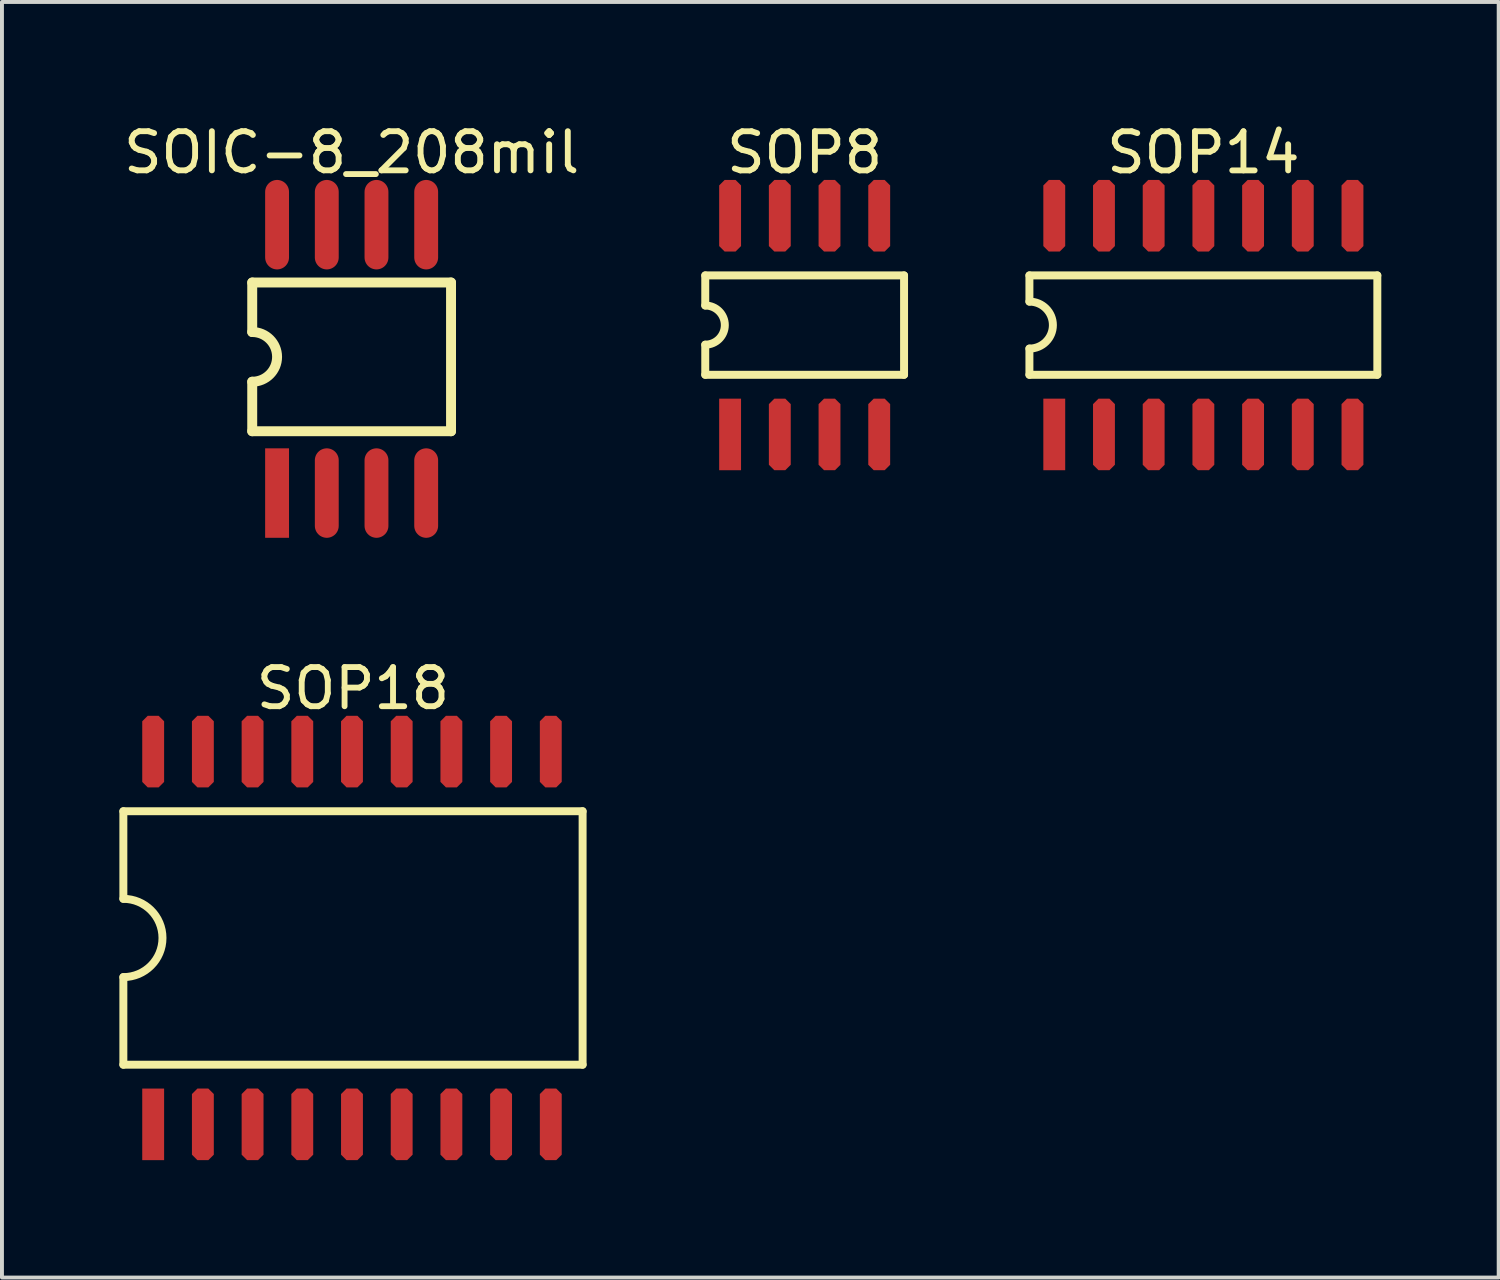
<source format=kicad_pcb>
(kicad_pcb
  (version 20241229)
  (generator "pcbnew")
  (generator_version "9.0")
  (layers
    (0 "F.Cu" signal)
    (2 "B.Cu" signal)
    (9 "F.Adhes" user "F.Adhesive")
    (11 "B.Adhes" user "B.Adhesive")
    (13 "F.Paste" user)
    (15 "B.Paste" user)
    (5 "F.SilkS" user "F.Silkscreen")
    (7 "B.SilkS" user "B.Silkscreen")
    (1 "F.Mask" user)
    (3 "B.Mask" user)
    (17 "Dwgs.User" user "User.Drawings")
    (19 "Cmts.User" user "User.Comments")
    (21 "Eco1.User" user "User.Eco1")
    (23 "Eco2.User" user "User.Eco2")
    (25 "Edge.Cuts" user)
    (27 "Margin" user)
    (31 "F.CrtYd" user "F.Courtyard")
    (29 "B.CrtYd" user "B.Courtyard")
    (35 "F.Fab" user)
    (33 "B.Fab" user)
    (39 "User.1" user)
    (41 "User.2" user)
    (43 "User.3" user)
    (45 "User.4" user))
  (footprint "SOP18"
    (layer "F.Cu")
    (at 0.864 25.68)
    (property "Reference" "SOP18" (at 5.105 -11.139 0) (layer "F.SilkS") (effects (font (size 1 1) (thickness 0.15))))
    (fp_line (start -0.762 -8.001) (end 10.973 -8.001) (stroke (width 0.203) (type solid)) (layer "F.SilkS"))
    (fp_line (start -0.762 -5.763) (end -0.762 -8.001) (stroke (width 0.203) (type solid)) (layer "F.SilkS"))
    (fp_line (start -0.762 -1.524) (end -0.762 -3.763) (stroke (width 0.203) (type solid)) (layer "F.SilkS"))
    (fp_line (start -0.762 -1.524) (end 10.973 -1.524) (stroke (width 0.203) (type solid)) (layer "F.SilkS"))
    (fp_line (start 10.973 -1.524) (end 10.973 -8.001) (stroke (width 0.203) (type solid)) (layer "F.SilkS"))
    (fp_arc (start -0.762 -5.7625) (mid 0.238 -4.7625) (end -0.762 -3.7625) (stroke (width 0.2032) (type solid)) (layer "F.SilkS"))
    (pad "1" smd rect (at 0 0) (size 0.559 1.829) (layers "F.Cu" "F.Mask" "F.Paste"))
    (pad "2" smd roundrect (at 1.27 0) (size 0.559 1.829) (layers "F.Cu" "F.Mask" "F.Paste") (roundrect_rratio 0.25) (chamfer_ratio 0.25) (chamfer top_left top_right bottom_left bottom_right))
    (pad "3" smd roundrect (at 2.54 0) (size 0.559 1.829) (layers "F.Cu" "F.Mask" "F.Paste") (roundrect_rratio 0.25) (chamfer_ratio 0.25) (chamfer top_left top_right bottom_left bottom_right))
    (pad "4" smd roundrect (at 3.81 0) (size 0.559 1.829) (layers "F.Cu" "F.Mask" "F.Paste") (roundrect_rratio 0.25) (chamfer_ratio 0.25) (chamfer top_left top_right bottom_left bottom_right))
    (pad "5" smd roundrect (at 5.08 0) (size 0.559 1.829) (layers "F.Cu" "F.Mask" "F.Paste") (roundrect_rratio 0.25) (chamfer_ratio 0.25) (chamfer top_left top_right bottom_left bottom_right))
    (pad "6" smd roundrect (at 6.35 0) (size 0.559 1.829) (layers "F.Cu" "F.Mask" "F.Paste") (roundrect_rratio 0.25) (chamfer_ratio 0.25) (chamfer top_left top_right bottom_left bottom_right))
    (pad "7" smd roundrect (at 7.62 0) (size 0.559 1.829) (layers "F.Cu" "F.Mask" "F.Paste") (roundrect_rratio 0.25) (chamfer_ratio 0.25) (chamfer top_left top_right bottom_left bottom_right))
    (pad "8" smd roundrect (at 8.89 0) (size 0.559 1.829) (layers "F.Cu" "F.Mask" "F.Paste") (roundrect_rratio 0.25) (chamfer_ratio 0.25) (chamfer top_left top_right bottom_left bottom_right))
    (pad "9" smd roundrect (at 10.16 0) (size 0.559 1.829) (layers "F.Cu" "F.Mask" "F.Paste") (roundrect_rratio 0.25) (chamfer_ratio 0.25) (chamfer top_left top_right bottom_left bottom_right))
    (pad "10" smd roundrect (at 10.16 -9.525) (size 0.559 1.829) (layers "F.Cu" "F.Mask" "F.Paste") (roundrect_rratio 0.25) (chamfer_ratio 0.25) (chamfer top_left top_right bottom_left bottom_right))
    (pad "11" smd roundrect (at 8.89 -9.525) (size 0.559 1.829) (layers "F.Cu" "F.Mask" "F.Paste") (roundrect_rratio 0.25) (chamfer_ratio 0.25) (chamfer top_left top_right bottom_left bottom_right))
    (pad "12" smd roundrect (at 7.62 -9.525) (size 0.559 1.829) (layers "F.Cu" "F.Mask" "F.Paste") (roundrect_rratio 0.25) (chamfer_ratio 0.25) (chamfer top_left top_right bottom_left bottom_right))
    (pad "13" smd roundrect (at 6.35 -9.525) (size 0.559 1.829) (layers "F.Cu" "F.Mask" "F.Paste") (roundrect_rratio 0.25) (chamfer_ratio 0.25) (chamfer top_left top_right bottom_left bottom_right))
    (pad "14" smd roundrect (at 5.08 -9.525) (size 0.559 1.829) (layers "F.Cu" "F.Mask" "F.Paste") (roundrect_rratio 0.25) (chamfer_ratio 0.25) (chamfer top_left top_right bottom_left bottom_right))
    (pad "15" smd roundrect (at 3.81 -9.525) (size 0.559 1.829) (layers "F.Cu" "F.Mask" "F.Paste") (roundrect_rratio 0.25) (chamfer_ratio 0.25) (chamfer top_left top_right bottom_left bottom_right))
    (pad "16" smd roundrect (at 2.54 -9.525) (size 0.559 1.829) (layers "F.Cu" "F.Mask" "F.Paste") (roundrect_rratio 0.25) (chamfer_ratio 0.25) (chamfer top_left top_right bottom_left bottom_right))
    (pad "17" smd roundrect (at 1.27 -9.525) (size 0.559 1.829) (layers "F.Cu" "F.Mask" "F.Paste") (roundrect_rratio 0.25) (chamfer_ratio 0.25) (chamfer top_left top_right bottom_left bottom_right))
    (pad "18" smd roundrect (at 0 -9.525) (size 0.559 1.829) (layers "F.Cu" "F.Mask" "F.Paste") (roundrect_rratio 0.25) (chamfer_ratio 0.25) (chamfer top_left top_right bottom_left bottom_right)))
  (footprint "SOIC-8_208mil"
    (layer "F.Cu")
    (at 4.03 9.549)
    (property "Reference" "SOIC-8_208mil" (at 1.905 -8.701 0) (layer "F.SilkS") (effects (font (size 1 1) (thickness 0.15))))
    (fp_line (start -0.635 -5.38) (end 4.445 -5.38) (stroke (width 0.254) (type solid)) (layer "F.SilkS"))
    (fp_line (start -0.635 -4.115) (end -0.635 -5.38) (stroke (width 0.254) (type solid)) (layer "F.SilkS"))
    (fp_line (start -0.635 -1.58) (end -0.635 -2.845) (stroke (width 0.254) (type solid)) (layer "F.SilkS"))
    (fp_line (start -0.635 -1.58) (end 4.445 -1.58) (stroke (width 0.254) (type solid)) (layer "F.SilkS"))
    (fp_line (start 4.445 -1.58) (end 4.445 -5.38) (stroke (width 0.254) (type solid)) (layer "F.SilkS"))
    (fp_arc (start -0.635 -4.11499) (mid 0 -3.47999) (end -0.635 -2.84499) (stroke (width 0.254) (type solid)) (layer "F.SilkS"))
    (pad "1" smd rect (at 0 0 90) (size 2.286 0.61) (layers "F.Cu" "F.Mask" "F.Paste"))
    (pad "2" smd oval (at 1.27 0 90) (size 2.286 0.61) (layers "F.Cu" "F.Mask" "F.Paste"))
    (pad "3" smd oval (at 2.54 0 90) (size 2.286 0.61) (layers "F.Cu" "F.Mask" "F.Paste"))
    (pad "4" smd oval (at 3.81 0 90) (size 2.286 0.61) (layers "F.Cu" "F.Mask" "F.Paste"))
    (pad "5" smd oval (at 3.81 -6.858 90) (size 2.286 0.61) (layers "F.Cu" "F.Mask" "F.Paste"))
    (pad "6" smd oval (at 2.54 -6.858 90) (size 2.286 0.61) (layers "F.Cu" "F.Mask" "F.Paste"))
    (pad "7" smd oval (at 1.27 -6.858 90) (size 2.286 0.61) (layers "F.Cu" "F.Mask" "F.Paste"))
    (pad "8" smd oval (at 0 -6.858 90) (size 2.286 0.61) (layers "F.Cu" "F.Mask" "F.Paste")))
  (footprint "SOP8"
    (layer "F.Cu")
    (at 15.606 8.051)
    (property "Reference" "SOP8" (at 1.905 -7.202 0) (layer "F.SilkS") (effects (font (size 1 1) (thickness 0.15))))
    (fp_line (start -0.635 -4.064) (end 4.445 -4.064) (stroke (width 0.203) (type solid)) (layer "F.SilkS"))
    (fp_line (start -0.635 -3.294) (end -0.635 -4.064) (stroke (width 0.203) (type solid)) (layer "F.SilkS"))
    (fp_line (start -0.635 -1.524) (end -0.635 -2.294) (stroke (width 0.203) (type solid)) (layer "F.SilkS"))
    (fp_line (start -0.635 -1.524) (end 4.445 -1.524) (stroke (width 0.203) (type solid)) (layer "F.SilkS"))
    (fp_line (start 4.445 -1.524) (end 4.445 -4.064) (stroke (width 0.203) (type solid)) (layer "F.SilkS"))
    (fp_arc (start -0.635 -3.294) (mid -0.135 -2.794) (end -0.635 -2.294) (stroke (width 0.2032) (type solid)) (layer "F.SilkS"))
    (pad "1" smd rect (at 0 0) (size 0.559 1.829) (layers "F.Cu" "F.Mask" "F.Paste"))
    (pad "2" smd roundrect (at 1.27 0) (size 0.559 1.829) (layers "F.Cu" "F.Mask" "F.Paste") (roundrect_rratio 0.25) (chamfer_ratio 0.25) (chamfer top_left top_right bottom_left bottom_right))
    (pad "3" smd roundrect (at 2.54 0) (size 0.559 1.829) (layers "F.Cu" "F.Mask" "F.Paste") (roundrect_rratio 0.25) (chamfer_ratio 0.25) (chamfer top_left top_right bottom_left bottom_right))
    (pad "4" smd roundrect (at 3.81 0) (size 0.559 1.829) (layers "F.Cu" "F.Mask" "F.Paste") (roundrect_rratio 0.25) (chamfer_ratio 0.25) (chamfer top_left top_right bottom_left bottom_right))
    (pad "5" smd roundrect (at 3.81 -5.588) (size 0.559 1.829) (layers "F.Cu" "F.Mask" "F.Paste") (roundrect_rratio 0.25) (chamfer_ratio 0.25) (chamfer top_left top_right bottom_left bottom_right))
    (pad "6" smd roundrect (at 2.54 -5.588) (size 0.559 1.829) (layers "F.Cu" "F.Mask" "F.Paste") (roundrect_rratio 0.25) (chamfer_ratio 0.25) (chamfer top_left top_right bottom_left bottom_right))
    (pad "7" smd roundrect (at 1.27 -5.588) (size 0.559 1.829) (layers "F.Cu" "F.Mask" "F.Paste") (roundrect_rratio 0.25) (chamfer_ratio 0.25) (chamfer top_left top_right bottom_left bottom_right))
    (pad "8" smd roundrect (at 0 -5.588) (size 0.559 1.829) (layers "F.Cu" "F.Mask" "F.Paste") (roundrect_rratio 0.25) (chamfer_ratio 0.25) (chamfer top_left top_right bottom_left bottom_right)))
  (footprint "SOP14"
    (layer "F.Cu")
    (at 23.889 8.051)
    (property "Reference" "SOP14" (at 3.81 -7.202 0) (layer "F.SilkS") (effects (font (size 1 1) (thickness 0.15))))
    (fp_line (start -0.635 -4.064) (end 8.255 -4.064) (stroke (width 0.203) (type solid)) (layer "F.SilkS"))
    (fp_line (start -0.635 -3.394) (end -0.635 -4.064) (stroke (width 0.203) (type solid)) (layer "F.SilkS"))
    (fp_line (start -0.635 -1.524) (end -0.635 -2.194) (stroke (width 0.203) (type solid)) (layer "F.SilkS"))
    (fp_line (start -0.635 -1.524) (end 8.255 -1.524) (stroke (width 0.203) (type solid)) (layer "F.SilkS"))
    (fp_line (start 8.255 -1.524) (end 8.255 -4.064) (stroke (width 0.203) (type solid)) (layer "F.SilkS"))
    (fp_arc (start -0.635 -3.394) (mid -0.035 -2.794) (end -0.635 -2.194) (stroke (width 0.2032) (type solid)) (layer "F.SilkS"))
    (pad "1" smd rect (at 0 0) (size 0.559 1.829) (layers "F.Cu" "F.Mask" "F.Paste"))
    (pad "2" smd roundrect (at 1.27 0) (size 0.559 1.829) (layers "F.Cu" "F.Mask" "F.Paste") (roundrect_rratio 0.25) (chamfer_ratio 0.25) (chamfer top_left top_right bottom_left bottom_right))
    (pad "3" smd roundrect (at 2.54 0) (size 0.559 1.829) (layers "F.Cu" "F.Mask" "F.Paste") (roundrect_rratio 0.25) (chamfer_ratio 0.25) (chamfer top_left top_right bottom_left bottom_right))
    (pad "4" smd roundrect (at 3.81 0) (size 0.559 1.829) (layers "F.Cu" "F.Mask" "F.Paste") (roundrect_rratio 0.25) (chamfer_ratio 0.25) (chamfer top_left top_right bottom_left bottom_right))
    (pad "5" smd roundrect (at 5.08 0) (size 0.559 1.829) (layers "F.Cu" "F.Mask" "F.Paste") (roundrect_rratio 0.25) (chamfer_ratio 0.25) (chamfer top_left top_right bottom_left bottom_right))
    (pad "6" smd roundrect (at 6.35 0) (size 0.559 1.829) (layers "F.Cu" "F.Mask" "F.Paste") (roundrect_rratio 0.25) (chamfer_ratio 0.25) (chamfer top_left top_right bottom_left bottom_right))
    (pad "7" smd roundrect (at 7.62 0) (size 0.559 1.829) (layers "F.Cu" "F.Mask" "F.Paste") (roundrect_rratio 0.25) (chamfer_ratio 0.25) (chamfer top_left top_right bottom_left bottom_right))
    (pad "8" smd roundrect (at 7.62 -5.588) (size 0.559 1.829) (layers "F.Cu" "F.Mask" "F.Paste") (roundrect_rratio 0.25) (chamfer_ratio 0.25) (chamfer top_left top_right bottom_left bottom_right))
    (pad "9" smd roundrect (at 6.35 -5.588) (size 0.559 1.829) (layers "F.Cu" "F.Mask" "F.Paste") (roundrect_rratio 0.25) (chamfer_ratio 0.25) (chamfer top_left top_right bottom_left bottom_right))
    (pad "10" smd roundrect (at 5.08 -5.588) (size 0.559 1.829) (layers "F.Cu" "F.Mask" "F.Paste") (roundrect_rratio 0.25) (chamfer_ratio 0.25) (chamfer top_left top_right bottom_left bottom_right))
    (pad "11" smd roundrect (at 3.81 -5.588) (size 0.559 1.829) (layers "F.Cu" "F.Mask" "F.Paste") (roundrect_rratio 0.25) (chamfer_ratio 0.25) (chamfer top_left top_right bottom_left bottom_right))
    (pad "12" smd roundrect (at 2.54 -5.588) (size 0.559 1.829) (layers "F.Cu" "F.Mask" "F.Paste") (roundrect_rratio 0.25) (chamfer_ratio 0.25) (chamfer top_left top_right bottom_left bottom_right))
    (pad "13" smd roundrect (at 1.27 -5.588) (size 0.559 1.829) (layers "F.Cu" "F.Mask" "F.Paste") (roundrect_rratio 0.25) (chamfer_ratio 0.25) (chamfer top_left top_right bottom_left bottom_right))
    (pad "14" smd roundrect (at 0 -5.588) (size 0.559 1.829) (layers "F.Cu" "F.Mask" "F.Paste") (roundrect_rratio 0.25) (chamfer_ratio 0.25) (chamfer top_left top_right bottom_left bottom_right)))
  (gr_rect
    (start -3 -3)
    (end 35.245 29.594)
    (stroke (width 0.1) (type default))
    (fill no)
    (layer "Edge.Cuts")))
</source>
